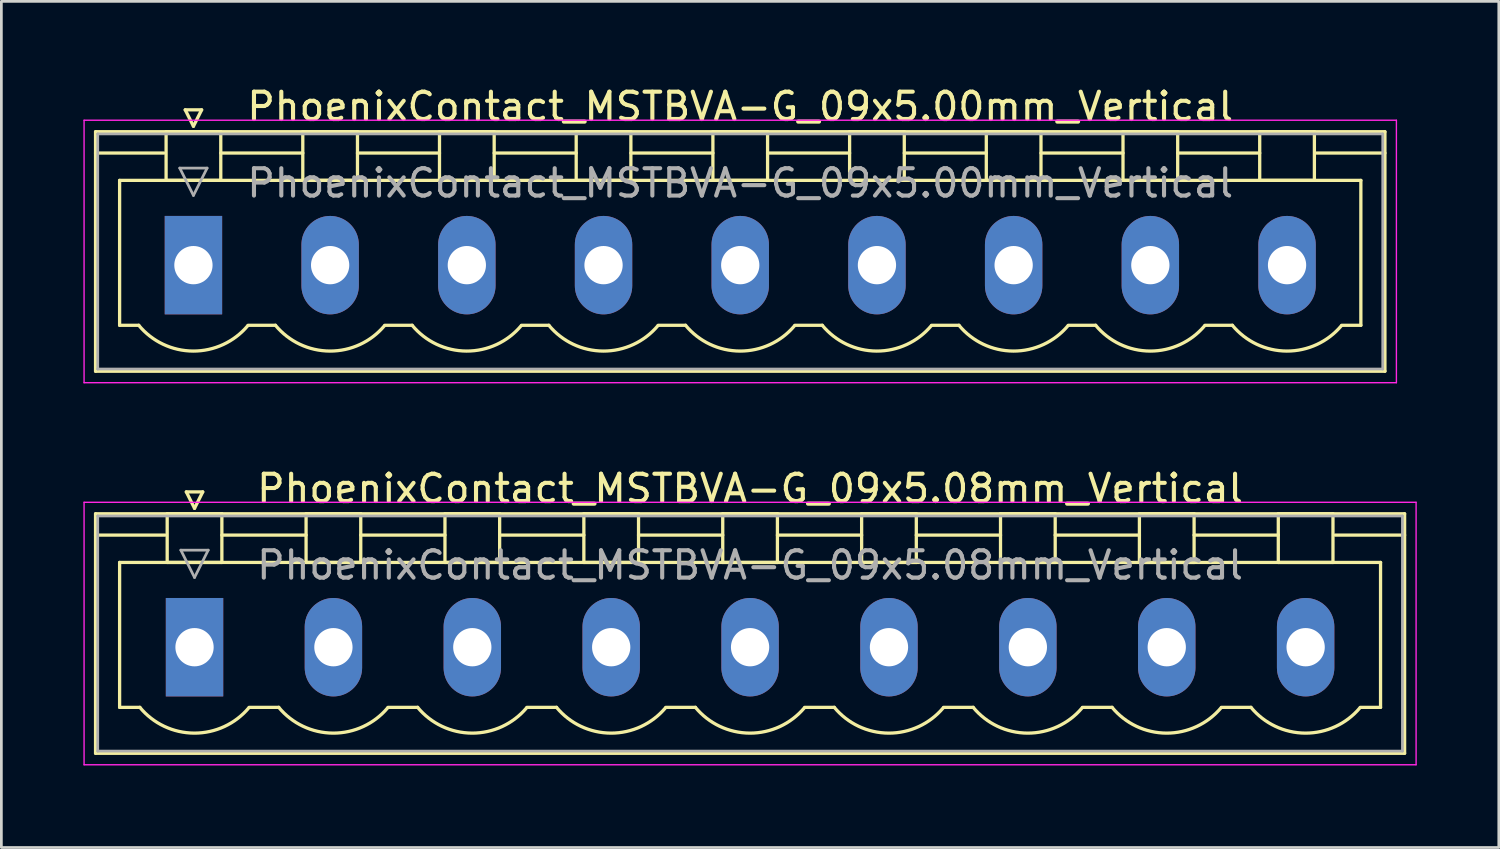
<source format=kicad_pcb>
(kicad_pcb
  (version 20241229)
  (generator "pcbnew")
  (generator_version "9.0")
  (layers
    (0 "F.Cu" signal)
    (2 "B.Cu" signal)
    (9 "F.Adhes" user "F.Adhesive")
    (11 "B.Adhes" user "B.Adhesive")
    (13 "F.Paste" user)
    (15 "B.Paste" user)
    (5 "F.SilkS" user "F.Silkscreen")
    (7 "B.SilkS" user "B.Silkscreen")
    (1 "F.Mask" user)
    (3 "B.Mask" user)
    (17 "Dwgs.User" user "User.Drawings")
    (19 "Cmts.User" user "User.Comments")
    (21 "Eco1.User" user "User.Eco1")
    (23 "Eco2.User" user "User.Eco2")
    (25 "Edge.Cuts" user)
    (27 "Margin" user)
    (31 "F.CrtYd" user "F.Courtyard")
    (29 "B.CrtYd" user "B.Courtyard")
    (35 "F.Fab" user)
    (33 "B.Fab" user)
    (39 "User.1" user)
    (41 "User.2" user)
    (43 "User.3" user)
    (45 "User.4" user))
  (footprint "PhoenixContact_MSTBVA-G_09x5.00mm_Vertical"
    (layer "F.Cu")
    (at 4.025 6.648)
    (property "Reference" "PhoenixContact_MSTBVA-G_09x5.00mm_Vertical" (at 20 -5.8 0) (layer "F.SilkS") (effects (font (size 1 1) (thickness 0.15))))
    (attr through_hole)
    (fp_line (start -3.58 -4.88) (end -3.58 3.88) (stroke (width 0.12) (type solid)) (layer "F.SilkS"))
    (fp_line (start -3.58 -4.1) (end -1.08 -4.1) (stroke (width 0.12) (type solid)) (layer "F.SilkS"))
    (fp_line (start -3.58 3.88) (end 43.58 3.88) (stroke (width 0.12) (type solid)) (layer "F.SilkS"))
    (fp_line (start -2.7 -3.1) (end 42.7 -3.1) (stroke (width 0.12) (type solid)) (layer "F.SilkS"))
    (fp_line (start -2.7 2.2) (end -2.7 -3.1) (stroke (width 0.12) (type solid)) (layer "F.SilkS"))
    (fp_line (start -2 2.2) (end -2.7 2.2) (stroke (width 0.12) (type solid)) (layer "F.SilkS"))
    (fp_line (start -1 -4.88) (end 1 -4.88) (stroke (width 0.12) (type solid)) (layer "F.SilkS"))
    (fp_line (start -1 -3.1) (end -1 -4.88) (stroke (width 0.12) (type solid)) (layer "F.SilkS"))
    (fp_line (start -0.3 -5.68) (end 0.3 -5.68) (stroke (width 0.12) (type solid)) (layer "F.SilkS"))
    (fp_line (start 0 -5.08) (end -0.3 -5.68) (stroke (width 0.12) (type solid)) (layer "F.SilkS"))
    (fp_line (start 0.3 -5.68) (end 0 -5.08) (stroke (width 0.12) (type solid)) (layer "F.SilkS"))
    (fp_line (start 1 -4.88) (end 1 -3.1) (stroke (width 0.12) (type solid)) (layer "F.SilkS"))
    (fp_line (start 1 -4.1) (end 4 -4.1) (stroke (width 0.12) (type solid)) (layer "F.SilkS"))
    (fp_line (start 1 -3.1) (end -1 -3.1) (stroke (width 0.12) (type solid)) (layer "F.SilkS"))
    (fp_line (start 2 2.2) (end 3 2.2) (stroke (width 0.12) (type solid)) (layer "F.SilkS"))
    (fp_line (start 4 -4.88) (end 6 -4.88) (stroke (width 0.12) (type solid)) (layer "F.SilkS"))
    (fp_line (start 4 -3.1) (end 4 -4.88) (stroke (width 0.12) (type solid)) (layer "F.SilkS"))
    (fp_line (start 6 -4.88) (end 6 -3.1) (stroke (width 0.12) (type solid)) (layer "F.SilkS"))
    (fp_line (start 6 -4.1) (end 9 -4.1) (stroke (width 0.12) (type solid)) (layer "F.SilkS"))
    (fp_line (start 6 -3.1) (end 4 -3.1) (stroke (width 0.12) (type solid)) (layer "F.SilkS"))
    (fp_line (start 7 2.2) (end 8 2.2) (stroke (width 0.12) (type solid)) (layer "F.SilkS"))
    (fp_line (start 9 -4.88) (end 11 -4.88) (stroke (width 0.12) (type solid)) (layer "F.SilkS"))
    (fp_line (start 9 -3.1) (end 9 -4.88) (stroke (width 0.12) (type solid)) (layer "F.SilkS"))
    (fp_line (start 11 -4.88) (end 11 -3.1) (stroke (width 0.12) (type solid)) (layer "F.SilkS"))
    (fp_line (start 11 -4.1) (end 14 -4.1) (stroke (width 0.12) (type solid)) (layer "F.SilkS"))
    (fp_line (start 11 -3.1) (end 9 -3.1) (stroke (width 0.12) (type solid)) (layer "F.SilkS"))
    (fp_line (start 12 2.2) (end 13 2.2) (stroke (width 0.12) (type solid)) (layer "F.SilkS"))
    (fp_line (start 14 -4.88) (end 16 -4.88) (stroke (width 0.12) (type solid)) (layer "F.SilkS"))
    (fp_line (start 14 -3.1) (end 14 -4.88) (stroke (width 0.12) (type solid)) (layer "F.SilkS"))
    (fp_line (start 16 -4.88) (end 16 -3.1) (stroke (width 0.12) (type solid)) (layer "F.SilkS"))
    (fp_line (start 16 -4.1) (end 19 -4.1) (stroke (width 0.12) (type solid)) (layer "F.SilkS"))
    (fp_line (start 16 -3.1) (end 14 -3.1) (stroke (width 0.12) (type solid)) (layer "F.SilkS"))
    (fp_line (start 17 2.2) (end 18 2.2) (stroke (width 0.12) (type solid)) (layer "F.SilkS"))
    (fp_line (start 19 -4.88) (end 21 -4.88) (stroke (width 0.12) (type solid)) (layer "F.SilkS"))
    (fp_line (start 19 -3.1) (end 19 -4.88) (stroke (width 0.12) (type solid)) (layer "F.SilkS"))
    (fp_line (start 21 -4.88) (end 21 -3.1) (stroke (width 0.12) (type solid)) (layer "F.SilkS"))
    (fp_line (start 21 -4.1) (end 24 -4.1) (stroke (width 0.12) (type solid)) (layer "F.SilkS"))
    (fp_line (start 21 -3.1) (end 19 -3.1) (stroke (width 0.12) (type solid)) (layer "F.SilkS"))
    (fp_line (start 22 2.2) (end 23 2.2) (stroke (width 0.12) (type solid)) (layer "F.SilkS"))
    (fp_line (start 24 -4.88) (end 26 -4.88) (stroke (width 0.12) (type solid)) (layer "F.SilkS"))
    (fp_line (start 24 -3.1) (end 24 -4.88) (stroke (width 0.12) (type solid)) (layer "F.SilkS"))
    (fp_line (start 26 -4.88) (end 26 -3.1) (stroke (width 0.12) (type solid)) (layer "F.SilkS"))
    (fp_line (start 26 -4.1) (end 29 -4.1) (stroke (width 0.12) (type solid)) (layer "F.SilkS"))
    (fp_line (start 26 -3.1) (end 24 -3.1) (stroke (width 0.12) (type solid)) (layer "F.SilkS"))
    (fp_line (start 27 2.2) (end 28 2.2) (stroke (width 0.12) (type solid)) (layer "F.SilkS"))
    (fp_line (start 29 -4.88) (end 31 -4.88) (stroke (width 0.12) (type solid)) (layer "F.SilkS"))
    (fp_line (start 29 -3.1) (end 29 -4.88) (stroke (width 0.12) (type solid)) (layer "F.SilkS"))
    (fp_line (start 31 -4.88) (end 31 -3.1) (stroke (width 0.12) (type solid)) (layer "F.SilkS"))
    (fp_line (start 31 -4.1) (end 34 -4.1) (stroke (width 0.12) (type solid)) (layer "F.SilkS"))
    (fp_line (start 31 -3.1) (end 29 -3.1) (stroke (width 0.12) (type solid)) (layer "F.SilkS"))
    (fp_line (start 32 2.2) (end 33 2.2) (stroke (width 0.12) (type solid)) (layer "F.SilkS"))
    (fp_line (start 34 -4.88) (end 36 -4.88) (stroke (width 0.12) (type solid)) (layer "F.SilkS"))
    (fp_line (start 34 -3.1) (end 34 -4.88) (stroke (width 0.12) (type solid)) (layer "F.SilkS"))
    (fp_line (start 36 -4.88) (end 36 -3.1) (stroke (width 0.12) (type solid)) (layer "F.SilkS"))
    (fp_line (start 36 -4.1) (end 39 -4.1) (stroke (width 0.12) (type solid)) (layer "F.SilkS"))
    (fp_line (start 36 -3.1) (end 34 -3.1) (stroke (width 0.12) (type solid)) (layer "F.SilkS"))
    (fp_line (start 37 2.2) (end 38 2.2) (stroke (width 0.12) (type solid)) (layer "F.SilkS"))
    (fp_line (start 39 -4.88) (end 41 -4.88) (stroke (width 0.12) (type solid)) (layer "F.SilkS"))
    (fp_line (start 39 -3.1) (end 39 -4.88) (stroke (width 0.12) (type solid)) (layer "F.SilkS"))
    (fp_line (start 41 -4.88) (end 41 -3.1) (stroke (width 0.12) (type solid)) (layer "F.SilkS"))
    (fp_line (start 41 -3.1) (end 39 -3.1) (stroke (width 0.12) (type solid)) (layer "F.SilkS"))
    (fp_line (start 42.7 -3.1) (end 42.7 2.2) (stroke (width 0.12) (type solid)) (layer "F.SilkS"))
    (fp_line (start 42.7 2.2) (end 42 2.2) (stroke (width 0.12) (type solid)) (layer "F.SilkS"))
    (fp_line (start 43.58 -4.88) (end -3.58 -4.88) (stroke (width 0.12) (type solid)) (layer "F.SilkS"))
    (fp_line (start 43.58 -4.1) (end 41.08 -4.1) (stroke (width 0.12) (type solid)) (layer "F.SilkS"))
    (fp_line (start 43.58 3.88) (end 43.58 -4.88) (stroke (width 0.12) (type solid)) (layer "F.SilkS"))
    (fp_arc (start 1.986842 2.215821) (mid -0.010289 3.142758) (end -2 2.2) (stroke (width 0.12) (type solid)) (layer "F.SilkS"))
    (fp_arc (start 6.986842 2.215821) (mid 4.989711 3.142758) (end 3 2.2) (stroke (width 0.12) (type solid)) (layer "F.SilkS"))
    (fp_arc (start 11.986842 2.215821) (mid 9.989711 3.142758) (end 8 2.2) (stroke (width 0.12) (type solid)) (layer "F.SilkS"))
    (fp_arc (start 16.986842 2.215821) (mid 14.989711 3.142758) (end 13 2.2) (stroke (width 0.12) (type solid)) (layer "F.SilkS"))
    (fp_arc (start 21.986842 2.215821) (mid 19.989711 3.142758) (end 18 2.2) (stroke (width 0.12) (type solid)) (layer "F.SilkS"))
    (fp_arc (start 26.986842 2.215821) (mid 24.989711 3.142758) (end 23 2.2) (stroke (width 0.12) (type solid)) (layer "F.SilkS"))
    (fp_arc (start 31.986842 2.215821) (mid 29.989711 3.142758) (end 28 2.2) (stroke (width 0.12) (type solid)) (layer "F.SilkS"))
    (fp_arc (start 36.986842 2.215821) (mid 34.989711 3.142758) (end 33 2.2) (stroke (width 0.12) (type solid)) (layer "F.SilkS"))
    (fp_arc (start 41.986842 2.215821) (mid 39.989711 3.142758) (end 38 2.2) (stroke (width 0.12) (type solid)) (layer "F.SilkS"))
    (fp_line (start -4 -5.3) (end -4 4.3) (stroke (width 0.05) (type solid)) (layer "F.CrtYd"))
    (fp_line (start -4 4.3) (end 44 4.3) (stroke (width 0.05) (type solid)) (layer "F.CrtYd"))
    (fp_line (start 44 -5.3) (end -4 -5.3) (stroke (width 0.05) (type solid)) (layer "F.CrtYd"))
    (fp_line (start 44 4.3) (end 44 -5.3) (stroke (width 0.05) (type solid)) (layer "F.CrtYd"))
    (fp_line (start -3.5 -4.8) (end -3.5 3.8) (stroke (width 0.1) (type solid)) (layer "F.Fab"))
    (fp_line (start -3.5 3.8) (end 43.5 3.8) (stroke (width 0.1) (type solid)) (layer "F.Fab"))
    (fp_line (start -0.5 -3.55) (end 0.5 -3.55) (stroke (width 0.1) (type solid)) (layer "F.Fab"))
    (fp_line (start 0 -2.55) (end -0.5 -3.55) (stroke (width 0.1) (type solid)) (layer "F.Fab"))
    (fp_line (start 0.5 -3.55) (end 0 -2.55) (stroke (width 0.1) (type solid)) (layer "F.Fab"))
    (fp_line (start 43.5 -4.8) (end -3.5 -4.8) (stroke (width 0.1) (type solid)) (layer "F.Fab"))
    (fp_line (start 43.5 3.8) (end 43.5 -4.8) (stroke (width 0.1) (type solid)) (layer "F.Fab"))
    (fp_text user "${REFERENCE}" (at 20 -3 0) (layer "F.Fab") (effects (font (size 1 1) (thickness 0.15))))
    (pad "1" thru_hole rect (at 0 0) (size 2.1 3.6) (drill 1.4) (layers "*.Cu" "*.Mask"))
    (pad "2" thru_hole oval (at 5 0) (size 2.1 3.6) (drill 1.4) (layers "*.Cu" "*.Mask"))
    (pad "3" thru_hole oval (at 10 0) (size 2.1 3.6) (drill 1.4) (layers "*.Cu" "*.Mask"))
    (pad "4" thru_hole oval (at 15 0) (size 2.1 3.6) (drill 1.4) (layers "*.Cu" "*.Mask"))
    (pad "5" thru_hole oval (at 20 0) (size 2.1 3.6) (drill 1.4) (layers "*.Cu" "*.Mask"))
    (pad "6" thru_hole oval (at 25 0) (size 2.1 3.6) (drill 1.4) (layers "*.Cu" "*.Mask"))
    (pad "7" thru_hole oval (at 30 0) (size 2.1 3.6) (drill 1.4) (layers "*.Cu" "*.Mask"))
    (pad "8" thru_hole oval (at 35 0) (size 2.1 3.6) (drill 1.4) (layers "*.Cu" "*.Mask"))
    (pad "9" thru_hole oval (at 40 0) (size 2.1 3.6) (drill 1.4) (layers "*.Cu" "*.Mask")))
  (footprint "PhoenixContact_MSTBVA-G_09x5.08mm_Vertical"
    (layer "F.Cu")
    (at 4.065 20.622)
    (property "Reference" "PhoenixContact_MSTBVA-G_09x5.08mm_Vertical" (at 20.32 -5.8 0) (layer "F.SilkS") (effects (font (size 1 1) (thickness 0.15))))
    (attr through_hole)
    (fp_line (start -3.62 -4.88) (end -3.62 3.88) (stroke (width 0.12) (type solid)) (layer "F.SilkS"))
    (fp_line (start -3.62 -4.1) (end -1.08 -4.1) (stroke (width 0.12) (type solid)) (layer "F.SilkS"))
    (fp_line (start -3.62 3.88) (end 44.26 3.88) (stroke (width 0.12) (type solid)) (layer "F.SilkS"))
    (fp_line (start -2.74 -3.1) (end 43.38 -3.1) (stroke (width 0.12) (type solid)) (layer "F.SilkS"))
    (fp_line (start -2.74 2.2) (end -2.74 -3.1) (stroke (width 0.12) (type solid)) (layer "F.SilkS"))
    (fp_line (start -2 2.2) (end -2.74 2.2) (stroke (width 0.12) (type solid)) (layer "F.SilkS"))
    (fp_line (start -1 -4.88) (end 1 -4.88) (stroke (width 0.12) (type solid)) (layer "F.SilkS"))
    (fp_line (start -1 -3.1) (end -1 -4.88) (stroke (width 0.12) (type solid)) (layer "F.SilkS"))
    (fp_line (start -0.3 -5.68) (end 0.3 -5.68) (stroke (width 0.12) (type solid)) (layer "F.SilkS"))
    (fp_line (start 0 -5.08) (end -0.3 -5.68) (stroke (width 0.12) (type solid)) (layer "F.SilkS"))
    (fp_line (start 0.3 -5.68) (end 0 -5.08) (stroke (width 0.12) (type solid)) (layer "F.SilkS"))
    (fp_line (start 1 -4.88) (end 1 -3.1) (stroke (width 0.12) (type solid)) (layer "F.SilkS"))
    (fp_line (start 1 -4.1) (end 4.08 -4.1) (stroke (width 0.12) (type solid)) (layer "F.SilkS"))
    (fp_line (start 1 -3.1) (end -1 -3.1) (stroke (width 0.12) (type solid)) (layer "F.SilkS"))
    (fp_line (start 2 2.2) (end 3.08 2.2) (stroke (width 0.12) (type solid)) (layer "F.SilkS"))
    (fp_line (start 4.08 -4.88) (end 6.08 -4.88) (stroke (width 0.12) (type solid)) (layer "F.SilkS"))
    (fp_line (start 4.08 -3.1) (end 4.08 -4.88) (stroke (width 0.12) (type solid)) (layer "F.SilkS"))
    (fp_line (start 6.08 -4.88) (end 6.08 -3.1) (stroke (width 0.12) (type solid)) (layer "F.SilkS"))
    (fp_line (start 6.08 -4.1) (end 9.16 -4.1) (stroke (width 0.12) (type solid)) (layer "F.SilkS"))
    (fp_line (start 6.08 -3.1) (end 4.08 -3.1) (stroke (width 0.12) (type solid)) (layer "F.SilkS"))
    (fp_line (start 7.08 2.2) (end 8.16 2.2) (stroke (width 0.12) (type solid)) (layer "F.SilkS"))
    (fp_line (start 9.16 -4.88) (end 11.16 -4.88) (stroke (width 0.12) (type solid)) (layer "F.SilkS"))
    (fp_line (start 9.16 -3.1) (end 9.16 -4.88) (stroke (width 0.12) (type solid)) (layer "F.SilkS"))
    (fp_line (start 11.16 -4.88) (end 11.16 -3.1) (stroke (width 0.12) (type solid)) (layer "F.SilkS"))
    (fp_line (start 11.16 -4.1) (end 14.24 -4.1) (stroke (width 0.12) (type solid)) (layer "F.SilkS"))
    (fp_line (start 11.16 -3.1) (end 9.16 -3.1) (stroke (width 0.12) (type solid)) (layer "F.SilkS"))
    (fp_line (start 12.16 2.2) (end 13.24 2.2) (stroke (width 0.12) (type solid)) (layer "F.SilkS"))
    (fp_line (start 14.24 -4.88) (end 16.24 -4.88) (stroke (width 0.12) (type solid)) (layer "F.SilkS"))
    (fp_line (start 14.24 -3.1) (end 14.24 -4.88) (stroke (width 0.12) (type solid)) (layer "F.SilkS"))
    (fp_line (start 16.24 -4.88) (end 16.24 -3.1) (stroke (width 0.12) (type solid)) (layer "F.SilkS"))
    (fp_line (start 16.24 -4.1) (end 19.32 -4.1) (stroke (width 0.12) (type solid)) (layer "F.SilkS"))
    (fp_line (start 16.24 -3.1) (end 14.24 -3.1) (stroke (width 0.12) (type solid)) (layer "F.SilkS"))
    (fp_line (start 17.24 2.2) (end 18.32 2.2) (stroke (width 0.12) (type solid)) (layer "F.SilkS"))
    (fp_line (start 19.32 -4.88) (end 21.32 -4.88) (stroke (width 0.12) (type solid)) (layer "F.SilkS"))
    (fp_line (start 19.32 -3.1) (end 19.32 -4.88) (stroke (width 0.12) (type solid)) (layer "F.SilkS"))
    (fp_line (start 21.32 -4.88) (end 21.32 -3.1) (stroke (width 0.12) (type solid)) (layer "F.SilkS"))
    (fp_line (start 21.32 -4.1) (end 24.4 -4.1) (stroke (width 0.12) (type solid)) (layer "F.SilkS"))
    (fp_line (start 21.32 -3.1) (end 19.32 -3.1) (stroke (width 0.12) (type solid)) (layer "F.SilkS"))
    (fp_line (start 22.32 2.2) (end 23.4 2.2) (stroke (width 0.12) (type solid)) (layer "F.SilkS"))
    (fp_line (start 24.4 -4.88) (end 26.4 -4.88) (stroke (width 0.12) (type solid)) (layer "F.SilkS"))
    (fp_line (start 24.4 -3.1) (end 24.4 -4.88) (stroke (width 0.12) (type solid)) (layer "F.SilkS"))
    (fp_line (start 26.4 -4.88) (end 26.4 -3.1) (stroke (width 0.12) (type solid)) (layer "F.SilkS"))
    (fp_line (start 26.4 -4.1) (end 29.48 -4.1) (stroke (width 0.12) (type solid)) (layer "F.SilkS"))
    (fp_line (start 26.4 -3.1) (end 24.4 -3.1) (stroke (width 0.12) (type solid)) (layer "F.SilkS"))
    (fp_line (start 27.4 2.2) (end 28.48 2.2) (stroke (width 0.12) (type solid)) (layer "F.SilkS"))
    (fp_line (start 29.48 -4.88) (end 31.48 -4.88) (stroke (width 0.12) (type solid)) (layer "F.SilkS"))
    (fp_line (start 29.48 -3.1) (end 29.48 -4.88) (stroke (width 0.12) (type solid)) (layer "F.SilkS"))
    (fp_line (start 31.48 -4.88) (end 31.48 -3.1) (stroke (width 0.12) (type solid)) (layer "F.SilkS"))
    (fp_line (start 31.48 -4.1) (end 34.56 -4.1) (stroke (width 0.12) (type solid)) (layer "F.SilkS"))
    (fp_line (start 31.48 -3.1) (end 29.48 -3.1) (stroke (width 0.12) (type solid)) (layer "F.SilkS"))
    (fp_line (start 32.48 2.2) (end 33.56 2.2) (stroke (width 0.12) (type solid)) (layer "F.SilkS"))
    (fp_line (start 34.56 -4.88) (end 36.56 -4.88) (stroke (width 0.12) (type solid)) (layer "F.SilkS"))
    (fp_line (start 34.56 -3.1) (end 34.56 -4.88) (stroke (width 0.12) (type solid)) (layer "F.SilkS"))
    (fp_line (start 36.56 -4.88) (end 36.56 -3.1) (stroke (width 0.12) (type solid)) (layer "F.SilkS"))
    (fp_line (start 36.56 -4.1) (end 39.64 -4.1) (stroke (width 0.12) (type solid)) (layer "F.SilkS"))
    (fp_line (start 36.56 -3.1) (end 34.56 -3.1) (stroke (width 0.12) (type solid)) (layer "F.SilkS"))
    (fp_line (start 37.56 2.2) (end 38.64 2.2) (stroke (width 0.12) (type solid)) (layer "F.SilkS"))
    (fp_line (start 39.64 -4.88) (end 41.64 -4.88) (stroke (width 0.12) (type solid)) (layer "F.SilkS"))
    (fp_line (start 39.64 -3.1) (end 39.64 -4.88) (stroke (width 0.12) (type solid)) (layer "F.SilkS"))
    (fp_line (start 41.64 -4.88) (end 41.64 -3.1) (stroke (width 0.12) (type solid)) (layer "F.SilkS"))
    (fp_line (start 41.64 -3.1) (end 39.64 -3.1) (stroke (width 0.12) (type solid)) (layer "F.SilkS"))
    (fp_line (start 43.38 -3.1) (end 43.38 2.2) (stroke (width 0.12) (type solid)) (layer "F.SilkS"))
    (fp_line (start 43.38 2.2) (end 42.64 2.2) (stroke (width 0.12) (type solid)) (layer "F.SilkS"))
    (fp_line (start 44.26 -4.88) (end -3.62 -4.88) (stroke (width 0.12) (type solid)) (layer "F.SilkS"))
    (fp_line (start 44.26 -4.1) (end 41.72 -4.1) (stroke (width 0.12) (type solid)) (layer "F.SilkS"))
    (fp_line (start 44.26 3.88) (end 44.26 -4.88) (stroke (width 0.12) (type solid)) (layer "F.SilkS"))
    (fp_arc (start 1.986842 2.215821) (mid -0.010289 3.142758) (end -2 2.2) (stroke (width 0.12) (type solid)) (layer "F.SilkS"))
    (fp_arc (start 7.066842 2.215821) (mid 5.069711 3.142758) (end 3.08 2.2) (stroke (width 0.12) (type solid)) (layer "F.SilkS"))
    (fp_arc (start 12.146842 2.215821) (mid 10.149711 3.142758) (end 8.16 2.2) (stroke (width 0.12) (type solid)) (layer "F.SilkS"))
    (fp_arc (start 17.226842 2.215821) (mid 15.229711 3.142758) (end 13.24 2.2) (stroke (width 0.12) (type solid)) (layer "F.SilkS"))
    (fp_arc (start 22.306842 2.215821) (mid 20.309711 3.142758) (end 18.32 2.2) (stroke (width 0.12) (type solid)) (layer "F.SilkS"))
    (fp_arc (start 27.386842 2.215821) (mid 25.389711 3.142758) (end 23.4 2.2) (stroke (width 0.12) (type solid)) (layer "F.SilkS"))
    (fp_arc (start 32.466842 2.215821) (mid 30.469711 3.142758) (end 28.48 2.2) (stroke (width 0.12) (type solid)) (layer "F.SilkS"))
    (fp_arc (start 37.546842 2.215821) (mid 35.549711 3.142758) (end 33.56 2.2) (stroke (width 0.12) (type solid)) (layer "F.SilkS"))
    (fp_arc (start 42.626842 2.215821) (mid 40.629711 3.142758) (end 38.64 2.2) (stroke (width 0.12) (type solid)) (layer "F.SilkS"))
    (fp_line (start -4.04 -5.3) (end -4.04 4.3) (stroke (width 0.05) (type solid)) (layer "F.CrtYd"))
    (fp_line (start -4.04 4.3) (end 44.68 4.3) (stroke (width 0.05) (type solid)) (layer "F.CrtYd"))
    (fp_line (start 44.68 -5.3) (end -4.04 -5.3) (stroke (width 0.05) (type solid)) (layer "F.CrtYd"))
    (fp_line (start 44.68 4.3) (end 44.68 -5.3) (stroke (width 0.05) (type solid)) (layer "F.CrtYd"))
    (fp_line (start -3.54 -4.8) (end -3.54 3.8) (stroke (width 0.1) (type solid)) (layer "F.Fab"))
    (fp_line (start -3.54 3.8) (end 44.18 3.8) (stroke (width 0.1) (type solid)) (layer "F.Fab"))
    (fp_line (start -0.5 -3.55) (end 0.5 -3.55) (stroke (width 0.1) (type solid)) (layer "F.Fab"))
    (fp_line (start 0 -2.55) (end -0.5 -3.55) (stroke (width 0.1) (type solid)) (layer "F.Fab"))
    (fp_line (start 0.5 -3.55) (end 0 -2.55) (stroke (width 0.1) (type solid)) (layer "F.Fab"))
    (fp_line (start 44.18 -4.8) (end -3.54 -4.8) (stroke (width 0.1) (type solid)) (layer "F.Fab"))
    (fp_line (start 44.18 3.8) (end 44.18 -4.8) (stroke (width 0.1) (type solid)) (layer "F.Fab"))
    (fp_text user "${REFERENCE}" (at 20.32 -3 0) (layer "F.Fab") (effects (font (size 1 1) (thickness 0.15))))
    (pad "1" thru_hole rect (at 0 0) (size 2.1 3.6) (drill 1.4) (layers "*.Cu" "*.Mask"))
    (pad "2" thru_hole oval (at 5.08 0) (size 2.1 3.6) (drill 1.4) (layers "*.Cu" "*.Mask"))
    (pad "3" thru_hole oval (at 10.16 0) (size 2.1 3.6) (drill 1.4) (layers "*.Cu" "*.Mask"))
    (pad "4" thru_hole oval (at 15.24 0) (size 2.1 3.6) (drill 1.4) (layers "*.Cu" "*.Mask"))
    (pad "5" thru_hole oval (at 20.32 0) (size 2.1 3.6) (drill 1.4) (layers "*.Cu" "*.Mask"))
    (pad "6" thru_hole oval (at 25.4 0) (size 2.1 3.6) (drill 1.4) (layers "*.Cu" "*.Mask"))
    (pad "7" thru_hole oval (at 30.48 0) (size 2.1 3.6) (drill 1.4) (layers "*.Cu" "*.Mask"))
    (pad "8" thru_hole oval (at 35.56 0) (size 2.1 3.6) (drill 1.4) (layers "*.Cu" "*.Mask"))
    (pad "9" thru_hole oval (at 40.64 0) (size 2.1 3.6) (drill 1.4) (layers "*.Cu" "*.Mask")))
  (gr_rect
    (start -3 -3)
    (end 51.77 27.947)
    (stroke (width 0.1) (type default))
    (fill no)
    (layer "Edge.Cuts")))
</source>
